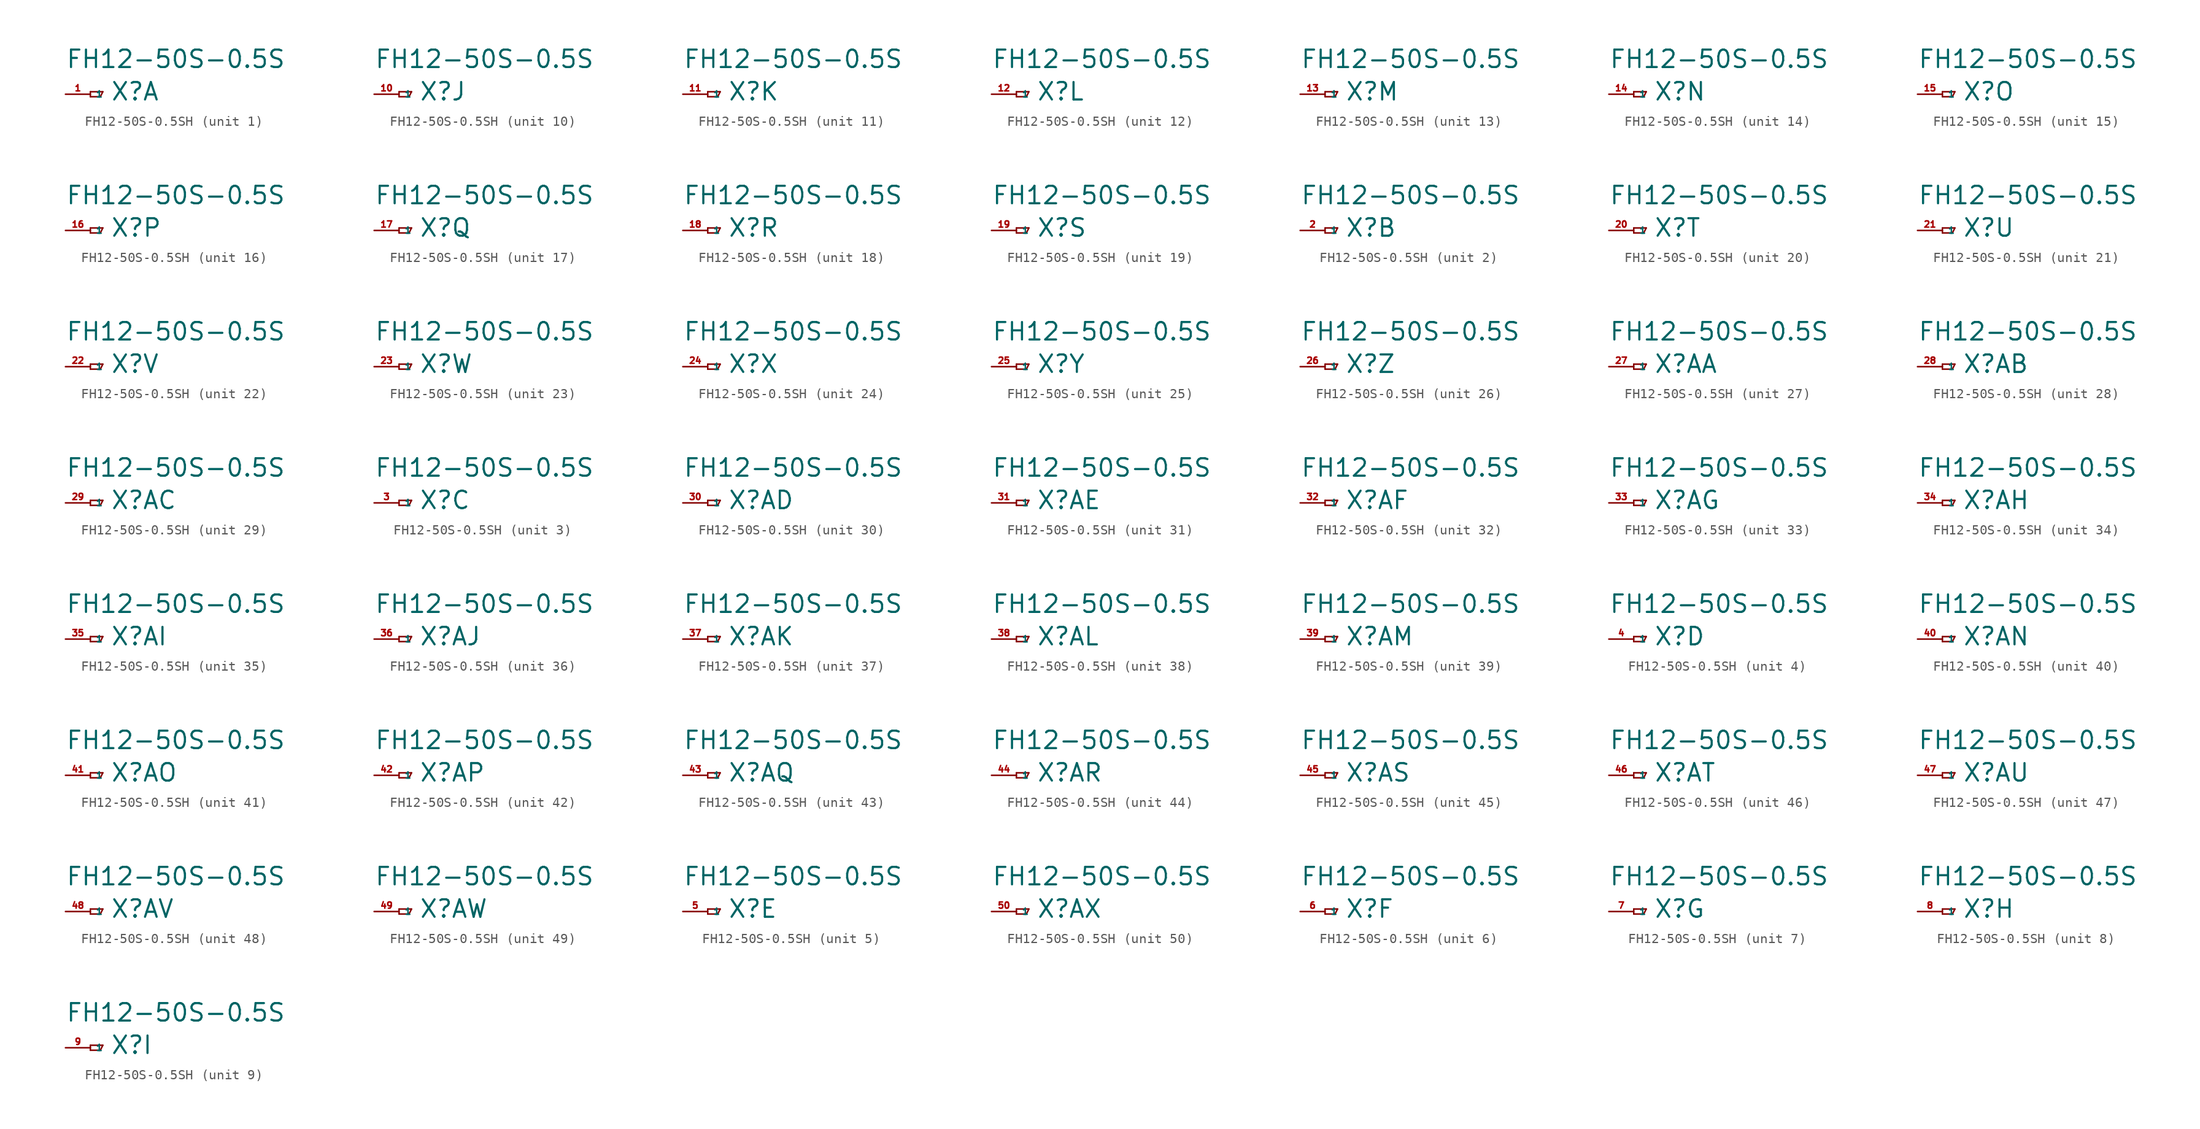
<source format=kicad_sym>
(kicad_symbol_lib
  (version 20220914)
  (generator Eagle2Kicad)
  (symbol "FH12-50S-0.5SH"
    (property "Reference" "X"
      (at 2.032 -0.762 0)
      (effects (font (size 1.778 1.778) (thickness 0.22)) (justify left bottom)))
    (property "Value" "FH12-50S-0.5S"
      (at -2.54 2.54 0)
      (effects (font (size 1.778 1.778) (thickness 0.22)) (justify left bottom)))
    (symbol "FH12-50S-0.5SH_1_0"
      (polyline (pts (xy 0 0.254) (xy 0 -0.254)) (stroke (width 0.152) (type default)) (fill (type none)))
      (polyline (pts (xy 0 -0.254) (xy 1.016 -0.254)) (stroke (width 0.152) (type default)) (fill (type none)))
      (polyline (pts (xy 1.016 -0.254) (xy 1.27 0.254)) (stroke (width 0.152) (type default)) (fill (type none)))
      (polyline (pts (xy 1.27 0.254) (xy 0 0.254)) (stroke (width 0.152) (type default)) (fill (type none)))
      (pin passive line (at -2.54 0 0) (length 2.54) (name "1" (effects (font (size 0.635 0.635) (thickness 0.08)) (justify left bottom))) (number "1" (effects (font (size 0.635 0.635) (thickness 0.08)) (justify left bottom)))))
    (symbol "FH12-50S-0.5SH_2_0"
      (polyline (pts (xy 0 0.254) (xy 0 -0.254)) (stroke (width 0.152) (type default)) (fill (type none)))
      (polyline (pts (xy 0 -0.254) (xy 1.016 -0.254)) (stroke (width 0.152) (type default)) (fill (type none)))
      (polyline (pts (xy 1.016 -0.254) (xy 1.27 0.254)) (stroke (width 0.152) (type default)) (fill (type none)))
      (polyline (pts (xy 1.27 0.254) (xy 0 0.254)) (stroke (width 0.152) (type default)) (fill (type none)))
      (pin passive line (at -2.54 0 0) (length 2.54) (name "1" (effects (font (size 0.635 0.635) (thickness 0.08)) (justify left bottom))) (number "2" (effects (font (size 0.635 0.635) (thickness 0.08)) (justify left bottom)))))
    (symbol "FH12-50S-0.5SH_3_0"
      (polyline (pts (xy 0 0.254) (xy 0 -0.254)) (stroke (width 0.152) (type default)) (fill (type none)))
      (polyline (pts (xy 0 -0.254) (xy 1.016 -0.254)) (stroke (width 0.152) (type default)) (fill (type none)))
      (polyline (pts (xy 1.016 -0.254) (xy 1.27 0.254)) (stroke (width 0.152) (type default)) (fill (type none)))
      (polyline (pts (xy 1.27 0.254) (xy 0 0.254)) (stroke (width 0.152) (type default)) (fill (type none)))
      (pin passive line (at -2.54 0 0) (length 2.54) (name "1" (effects (font (size 0.635 0.635) (thickness 0.08)) (justify left bottom))) (number "3" (effects (font (size 0.635 0.635) (thickness 0.08)) (justify left bottom)))))
    (symbol "FH12-50S-0.5SH_4_0"
      (polyline (pts (xy 0 0.254) (xy 0 -0.254)) (stroke (width 0.152) (type default)) (fill (type none)))
      (polyline (pts (xy 0 -0.254) (xy 1.016 -0.254)) (stroke (width 0.152) (type default)) (fill (type none)))
      (polyline (pts (xy 1.016 -0.254) (xy 1.27 0.254)) (stroke (width 0.152) (type default)) (fill (type none)))
      (polyline (pts (xy 1.27 0.254) (xy 0 0.254)) (stroke (width 0.152) (type default)) (fill (type none)))
      (pin passive line (at -2.54 0 0) (length 2.54) (name "1" (effects (font (size 0.635 0.635) (thickness 0.08)) (justify left bottom))) (number "4" (effects (font (size 0.635 0.635) (thickness 0.08)) (justify left bottom)))))
    (symbol "FH12-50S-0.5SH_5_0"
      (polyline (pts (xy 0 0.254) (xy 0 -0.254)) (stroke (width 0.152) (type default)) (fill (type none)))
      (polyline (pts (xy 0 -0.254) (xy 1.016 -0.254)) (stroke (width 0.152) (type default)) (fill (type none)))
      (polyline (pts (xy 1.016 -0.254) (xy 1.27 0.254)) (stroke (width 0.152) (type default)) (fill (type none)))
      (polyline (pts (xy 1.27 0.254) (xy 0 0.254)) (stroke (width 0.152) (type default)) (fill (type none)))
      (pin passive line (at -2.54 0 0) (length 2.54) (name "1" (effects (font (size 0.635 0.635) (thickness 0.08)) (justify left bottom))) (number "5" (effects (font (size 0.635 0.635) (thickness 0.08)) (justify left bottom)))))
    (symbol "FH12-50S-0.5SH_6_0"
      (polyline (pts (xy 0 0.254) (xy 0 -0.254)) (stroke (width 0.152) (type default)) (fill (type none)))
      (polyline (pts (xy 0 -0.254) (xy 1.016 -0.254)) (stroke (width 0.152) (type default)) (fill (type none)))
      (polyline (pts (xy 1.016 -0.254) (xy 1.27 0.254)) (stroke (width 0.152) (type default)) (fill (type none)))
      (polyline (pts (xy 1.27 0.254) (xy 0 0.254)) (stroke (width 0.152) (type default)) (fill (type none)))
      (pin passive line (at -2.54 0 0) (length 2.54) (name "1" (effects (font (size 0.635 0.635) (thickness 0.08)) (justify left bottom))) (number "6" (effects (font (size 0.635 0.635) (thickness 0.08)) (justify left bottom)))))
    (symbol "FH12-50S-0.5SH_7_0"
      (polyline (pts (xy 0 0.254) (xy 0 -0.254)) (stroke (width 0.152) (type default)) (fill (type none)))
      (polyline (pts (xy 0 -0.254) (xy 1.016 -0.254)) (stroke (width 0.152) (type default)) (fill (type none)))
      (polyline (pts (xy 1.016 -0.254) (xy 1.27 0.254)) (stroke (width 0.152) (type default)) (fill (type none)))
      (polyline (pts (xy 1.27 0.254) (xy 0 0.254)) (stroke (width 0.152) (type default)) (fill (type none)))
      (pin passive line (at -2.54 0 0) (length 2.54) (name "1" (effects (font (size 0.635 0.635) (thickness 0.08)) (justify left bottom))) (number "7" (effects (font (size 0.635 0.635) (thickness 0.08)) (justify left bottom)))))
    (symbol "FH12-50S-0.5SH_8_0"
      (polyline (pts (xy 0 0.254) (xy 0 -0.254)) (stroke (width 0.152) (type default)) (fill (type none)))
      (polyline (pts (xy 0 -0.254) (xy 1.016 -0.254)) (stroke (width 0.152) (type default)) (fill (type none)))
      (polyline (pts (xy 1.016 -0.254) (xy 1.27 0.254)) (stroke (width 0.152) (type default)) (fill (type none)))
      (polyline (pts (xy 1.27 0.254) (xy 0 0.254)) (stroke (width 0.152) (type default)) (fill (type none)))
      (pin passive line (at -2.54 0 0) (length 2.54) (name "1" (effects (font (size 0.635 0.635) (thickness 0.08)) (justify left bottom))) (number "8" (effects (font (size 0.635 0.635) (thickness 0.08)) (justify left bottom)))))
    (symbol "FH12-50S-0.5SH_9_0"
      (polyline (pts (xy 0 0.254) (xy 0 -0.254)) (stroke (width 0.152) (type default)) (fill (type none)))
      (polyline (pts (xy 0 -0.254) (xy 1.016 -0.254)) (stroke (width 0.152) (type default)) (fill (type none)))
      (polyline (pts (xy 1.016 -0.254) (xy 1.27 0.254)) (stroke (width 0.152) (type default)) (fill (type none)))
      (polyline (pts (xy 1.27 0.254) (xy 0 0.254)) (stroke (width 0.152) (type default)) (fill (type none)))
      (pin passive line (at -2.54 0 0) (length 2.54) (name "1" (effects (font (size 0.635 0.635) (thickness 0.08)) (justify left bottom))) (number "9" (effects (font (size 0.635 0.635) (thickness 0.08)) (justify left bottom)))))
    (symbol "FH12-50S-0.5SH_10_0"
      (polyline (pts (xy 0 0.254) (xy 0 -0.254)) (stroke (width 0.152) (type default)) (fill (type none)))
      (polyline (pts (xy 0 -0.254) (xy 1.016 -0.254)) (stroke (width 0.152) (type default)) (fill (type none)))
      (polyline (pts (xy 1.016 -0.254) (xy 1.27 0.254)) (stroke (width 0.152) (type default)) (fill (type none)))
      (polyline (pts (xy 1.27 0.254) (xy 0 0.254)) (stroke (width 0.152) (type default)) (fill (type none)))
      (pin passive line (at -2.54 0 0) (length 2.54) (name "1" (effects (font (size 0.635 0.635) (thickness 0.08)) (justify left bottom))) (number "10" (effects (font (size 0.635 0.635) (thickness 0.08)) (justify left bottom)))))
    (symbol "FH12-50S-0.5SH_11_0"
      (polyline (pts (xy 0 0.254) (xy 0 -0.254)) (stroke (width 0.152) (type default)) (fill (type none)))
      (polyline (pts (xy 0 -0.254) (xy 1.016 -0.254)) (stroke (width 0.152) (type default)) (fill (type none)))
      (polyline (pts (xy 1.016 -0.254) (xy 1.27 0.254)) (stroke (width 0.152) (type default)) (fill (type none)))
      (polyline (pts (xy 1.27 0.254) (xy 0 0.254)) (stroke (width 0.152) (type default)) (fill (type none)))
      (pin passive line (at -2.54 0 0) (length 2.54) (name "1" (effects (font (size 0.635 0.635) (thickness 0.08)) (justify left bottom))) (number "11" (effects (font (size 0.635 0.635) (thickness 0.08)) (justify left bottom)))))
    (symbol "FH12-50S-0.5SH_12_0"
      (polyline (pts (xy 0 0.254) (xy 0 -0.254)) (stroke (width 0.152) (type default)) (fill (type none)))
      (polyline (pts (xy 0 -0.254) (xy 1.016 -0.254)) (stroke (width 0.152) (type default)) (fill (type none)))
      (polyline (pts (xy 1.016 -0.254) (xy 1.27 0.254)) (stroke (width 0.152) (type default)) (fill (type none)))
      (polyline (pts (xy 1.27 0.254) (xy 0 0.254)) (stroke (width 0.152) (type default)) (fill (type none)))
      (pin passive line (at -2.54 0 0) (length 2.54) (name "1" (effects (font (size 0.635 0.635) (thickness 0.08)) (justify left bottom))) (number "12" (effects (font (size 0.635 0.635) (thickness 0.08)) (justify left bottom)))))
    (symbol "FH12-50S-0.5SH_13_0"
      (polyline (pts (xy 0 0.254) (xy 0 -0.254)) (stroke (width 0.152) (type default)) (fill (type none)))
      (polyline (pts (xy 0 -0.254) (xy 1.016 -0.254)) (stroke (width 0.152) (type default)) (fill (type none)))
      (polyline (pts (xy 1.016 -0.254) (xy 1.27 0.254)) (stroke (width 0.152) (type default)) (fill (type none)))
      (polyline (pts (xy 1.27 0.254) (xy 0 0.254)) (stroke (width 0.152) (type default)) (fill (type none)))
      (pin passive line (at -2.54 0 0) (length 2.54) (name "1" (effects (font (size 0.635 0.635) (thickness 0.08)) (justify left bottom))) (number "13" (effects (font (size 0.635 0.635) (thickness 0.08)) (justify left bottom)))))
    (symbol "FH12-50S-0.5SH_14_0"
      (polyline (pts (xy 0 0.254) (xy 0 -0.254)) (stroke (width 0.152) (type default)) (fill (type none)))
      (polyline (pts (xy 0 -0.254) (xy 1.016 -0.254)) (stroke (width 0.152) (type default)) (fill (type none)))
      (polyline (pts (xy 1.016 -0.254) (xy 1.27 0.254)) (stroke (width 0.152) (type default)) (fill (type none)))
      (polyline (pts (xy 1.27 0.254) (xy 0 0.254)) (stroke (width 0.152) (type default)) (fill (type none)))
      (pin passive line (at -2.54 0 0) (length 2.54) (name "1" (effects (font (size 0.635 0.635) (thickness 0.08)) (justify left bottom))) (number "14" (effects (font (size 0.635 0.635) (thickness 0.08)) (justify left bottom)))))
    (symbol "FH12-50S-0.5SH_15_0"
      (polyline (pts (xy 0 0.254) (xy 0 -0.254)) (stroke (width 0.152) (type default)) (fill (type none)))
      (polyline (pts (xy 0 -0.254) (xy 1.016 -0.254)) (stroke (width 0.152) (type default)) (fill (type none)))
      (polyline (pts (xy 1.016 -0.254) (xy 1.27 0.254)) (stroke (width 0.152) (type default)) (fill (type none)))
      (polyline (pts (xy 1.27 0.254) (xy 0 0.254)) (stroke (width 0.152) (type default)) (fill (type none)))
      (pin passive line (at -2.54 0 0) (length 2.54) (name "1" (effects (font (size 0.635 0.635) (thickness 0.08)) (justify left bottom))) (number "15" (effects (font (size 0.635 0.635) (thickness 0.08)) (justify left bottom)))))
    (symbol "FH12-50S-0.5SH_16_0"
      (polyline (pts (xy 0 0.254) (xy 0 -0.254)) (stroke (width 0.152) (type default)) (fill (type none)))
      (polyline (pts (xy 0 -0.254) (xy 1.016 -0.254)) (stroke (width 0.152) (type default)) (fill (type none)))
      (polyline (pts (xy 1.016 -0.254) (xy 1.27 0.254)) (stroke (width 0.152) (type default)) (fill (type none)))
      (polyline (pts (xy 1.27 0.254) (xy 0 0.254)) (stroke (width 0.152) (type default)) (fill (type none)))
      (pin passive line (at -2.54 0 0) (length 2.54) (name "1" (effects (font (size 0.635 0.635) (thickness 0.08)) (justify left bottom))) (number "16" (effects (font (size 0.635 0.635) (thickness 0.08)) (justify left bottom)))))
    (symbol "FH12-50S-0.5SH_17_0"
      (polyline (pts (xy 0 0.254) (xy 0 -0.254)) (stroke (width 0.152) (type default)) (fill (type none)))
      (polyline (pts (xy 0 -0.254) (xy 1.016 -0.254)) (stroke (width 0.152) (type default)) (fill (type none)))
      (polyline (pts (xy 1.016 -0.254) (xy 1.27 0.254)) (stroke (width 0.152) (type default)) (fill (type none)))
      (polyline (pts (xy 1.27 0.254) (xy 0 0.254)) (stroke (width 0.152) (type default)) (fill (type none)))
      (pin passive line (at -2.54 0 0) (length 2.54) (name "1" (effects (font (size 0.635 0.635) (thickness 0.08)) (justify left bottom))) (number "17" (effects (font (size 0.635 0.635) (thickness 0.08)) (justify left bottom)))))
    (symbol "FH12-50S-0.5SH_18_0"
      (polyline (pts (xy 0 0.254) (xy 0 -0.254)) (stroke (width 0.152) (type default)) (fill (type none)))
      (polyline (pts (xy 0 -0.254) (xy 1.016 -0.254)) (stroke (width 0.152) (type default)) (fill (type none)))
      (polyline (pts (xy 1.016 -0.254) (xy 1.27 0.254)) (stroke (width 0.152) (type default)) (fill (type none)))
      (polyline (pts (xy 1.27 0.254) (xy 0 0.254)) (stroke (width 0.152) (type default)) (fill (type none)))
      (pin passive line (at -2.54 0 0) (length 2.54) (name "1" (effects (font (size 0.635 0.635) (thickness 0.08)) (justify left bottom))) (number "18" (effects (font (size 0.635 0.635) (thickness 0.08)) (justify left bottom)))))
    (symbol "FH12-50S-0.5SH_19_0"
      (polyline (pts (xy 0 0.254) (xy 0 -0.254)) (stroke (width 0.152) (type default)) (fill (type none)))
      (polyline (pts (xy 0 -0.254) (xy 1.016 -0.254)) (stroke (width 0.152) (type default)) (fill (type none)))
      (polyline (pts (xy 1.016 -0.254) (xy 1.27 0.254)) (stroke (width 0.152) (type default)) (fill (type none)))
      (polyline (pts (xy 1.27 0.254) (xy 0 0.254)) (stroke (width 0.152) (type default)) (fill (type none)))
      (pin passive line (at -2.54 0 0) (length 2.54) (name "1" (effects (font (size 0.635 0.635) (thickness 0.08)) (justify left bottom))) (number "19" (effects (font (size 0.635 0.635) (thickness 0.08)) (justify left bottom)))))
    (symbol "FH12-50S-0.5SH_20_0"
      (polyline (pts (xy 0 0.254) (xy 0 -0.254)) (stroke (width 0.152) (type default)) (fill (type none)))
      (polyline (pts (xy 0 -0.254) (xy 1.016 -0.254)) (stroke (width 0.152) (type default)) (fill (type none)))
      (polyline (pts (xy 1.016 -0.254) (xy 1.27 0.254)) (stroke (width 0.152) (type default)) (fill (type none)))
      (polyline (pts (xy 1.27 0.254) (xy 0 0.254)) (stroke (width 0.152) (type default)) (fill (type none)))
      (pin passive line (at -2.54 0 0) (length 2.54) (name "1" (effects (font (size 0.635 0.635) (thickness 0.08)) (justify left bottom))) (number "20" (effects (font (size 0.635 0.635) (thickness 0.08)) (justify left bottom)))))
    (symbol "FH12-50S-0.5SH_21_0"
      (polyline (pts (xy 0 0.254) (xy 0 -0.254)) (stroke (width 0.152) (type default)) (fill (type none)))
      (polyline (pts (xy 0 -0.254) (xy 1.016 -0.254)) (stroke (width 0.152) (type default)) (fill (type none)))
      (polyline (pts (xy 1.016 -0.254) (xy 1.27 0.254)) (stroke (width 0.152) (type default)) (fill (type none)))
      (polyline (pts (xy 1.27 0.254) (xy 0 0.254)) (stroke (width 0.152) (type default)) (fill (type none)))
      (pin passive line (at -2.54 0 0) (length 2.54) (name "1" (effects (font (size 0.635 0.635) (thickness 0.08)) (justify left bottom))) (number "21" (effects (font (size 0.635 0.635) (thickness 0.08)) (justify left bottom)))))
    (symbol "FH12-50S-0.5SH_22_0"
      (polyline (pts (xy 0 0.254) (xy 0 -0.254)) (stroke (width 0.152) (type default)) (fill (type none)))
      (polyline (pts (xy 0 -0.254) (xy 1.016 -0.254)) (stroke (width 0.152) (type default)) (fill (type none)))
      (polyline (pts (xy 1.016 -0.254) (xy 1.27 0.254)) (stroke (width 0.152) (type default)) (fill (type none)))
      (polyline (pts (xy 1.27 0.254) (xy 0 0.254)) (stroke (width 0.152) (type default)) (fill (type none)))
      (pin passive line (at -2.54 0 0) (length 2.54) (name "1" (effects (font (size 0.635 0.635) (thickness 0.08)) (justify left bottom))) (number "22" (effects (font (size 0.635 0.635) (thickness 0.08)) (justify left bottom)))))
    (symbol "FH12-50S-0.5SH_23_0"
      (polyline (pts (xy 0 0.254) (xy 0 -0.254)) (stroke (width 0.152) (type default)) (fill (type none)))
      (polyline (pts (xy 0 -0.254) (xy 1.016 -0.254)) (stroke (width 0.152) (type default)) (fill (type none)))
      (polyline (pts (xy 1.016 -0.254) (xy 1.27 0.254)) (stroke (width 0.152) (type default)) (fill (type none)))
      (polyline (pts (xy 1.27 0.254) (xy 0 0.254)) (stroke (width 0.152) (type default)) (fill (type none)))
      (pin passive line (at -2.54 0 0) (length 2.54) (name "1" (effects (font (size 0.635 0.635) (thickness 0.08)) (justify left bottom))) (number "23" (effects (font (size 0.635 0.635) (thickness 0.08)) (justify left bottom)))))
    (symbol "FH12-50S-0.5SH_24_0"
      (polyline (pts (xy 0 0.254) (xy 0 -0.254)) (stroke (width 0.152) (type default)) (fill (type none)))
      (polyline (pts (xy 0 -0.254) (xy 1.016 -0.254)) (stroke (width 0.152) (type default)) (fill (type none)))
      (polyline (pts (xy 1.016 -0.254) (xy 1.27 0.254)) (stroke (width 0.152) (type default)) (fill (type none)))
      (polyline (pts (xy 1.27 0.254) (xy 0 0.254)) (stroke (width 0.152) (type default)) (fill (type none)))
      (pin passive line (at -2.54 0 0) (length 2.54) (name "1" (effects (font (size 0.635 0.635) (thickness 0.08)) (justify left bottom))) (number "24" (effects (font (size 0.635 0.635) (thickness 0.08)) (justify left bottom)))))
    (symbol "FH12-50S-0.5SH_25_0"
      (polyline (pts (xy 0 0.254) (xy 0 -0.254)) (stroke (width 0.152) (type default)) (fill (type none)))
      (polyline (pts (xy 0 -0.254) (xy 1.016 -0.254)) (stroke (width 0.152) (type default)) (fill (type none)))
      (polyline (pts (xy 1.016 -0.254) (xy 1.27 0.254)) (stroke (width 0.152) (type default)) (fill (type none)))
      (polyline (pts (xy 1.27 0.254) (xy 0 0.254)) (stroke (width 0.152) (type default)) (fill (type none)))
      (pin passive line (at -2.54 0 0) (length 2.54) (name "1" (effects (font (size 0.635 0.635) (thickness 0.08)) (justify left bottom))) (number "25" (effects (font (size 0.635 0.635) (thickness 0.08)) (justify left bottom)))))
    (symbol "FH12-50S-0.5SH_26_0"
      (polyline (pts (xy 0 0.254) (xy 0 -0.254)) (stroke (width 0.152) (type default)) (fill (type none)))
      (polyline (pts (xy 0 -0.254) (xy 1.016 -0.254)) (stroke (width 0.152) (type default)) (fill (type none)))
      (polyline (pts (xy 1.016 -0.254) (xy 1.27 0.254)) (stroke (width 0.152) (type default)) (fill (type none)))
      (polyline (pts (xy 1.27 0.254) (xy 0 0.254)) (stroke (width 0.152) (type default)) (fill (type none)))
      (pin passive line (at -2.54 0 0) (length 2.54) (name "1" (effects (font (size 0.635 0.635) (thickness 0.08)) (justify left bottom))) (number "26" (effects (font (size 0.635 0.635) (thickness 0.08)) (justify left bottom)))))
    (symbol "FH12-50S-0.5SH_27_0"
      (polyline (pts (xy 0 0.254) (xy 0 -0.254)) (stroke (width 0.152) (type default)) (fill (type none)))
      (polyline (pts (xy 0 -0.254) (xy 1.016 -0.254)) (stroke (width 0.152) (type default)) (fill (type none)))
      (polyline (pts (xy 1.016 -0.254) (xy 1.27 0.254)) (stroke (width 0.152) (type default)) (fill (type none)))
      (polyline (pts (xy 1.27 0.254) (xy 0 0.254)) (stroke (width 0.152) (type default)) (fill (type none)))
      (pin passive line (at -2.54 0 0) (length 2.54) (name "1" (effects (font (size 0.635 0.635) (thickness 0.08)) (justify left bottom))) (number "27" (effects (font (size 0.635 0.635) (thickness 0.08)) (justify left bottom)))))
    (symbol "FH12-50S-0.5SH_28_0"
      (polyline (pts (xy 0 0.254) (xy 0 -0.254)) (stroke (width 0.152) (type default)) (fill (type none)))
      (polyline (pts (xy 0 -0.254) (xy 1.016 -0.254)) (stroke (width 0.152) (type default)) (fill (type none)))
      (polyline (pts (xy 1.016 -0.254) (xy 1.27 0.254)) (stroke (width 0.152) (type default)) (fill (type none)))
      (polyline (pts (xy 1.27 0.254) (xy 0 0.254)) (stroke (width 0.152) (type default)) (fill (type none)))
      (pin passive line (at -2.54 0 0) (length 2.54) (name "1" (effects (font (size 0.635 0.635) (thickness 0.08)) (justify left bottom))) (number "28" (effects (font (size 0.635 0.635) (thickness 0.08)) (justify left bottom)))))
    (symbol "FH12-50S-0.5SH_29_0"
      (polyline (pts (xy 0 0.254) (xy 0 -0.254)) (stroke (width 0.152) (type default)) (fill (type none)))
      (polyline (pts (xy 0 -0.254) (xy 1.016 -0.254)) (stroke (width 0.152) (type default)) (fill (type none)))
      (polyline (pts (xy 1.016 -0.254) (xy 1.27 0.254)) (stroke (width 0.152) (type default)) (fill (type none)))
      (polyline (pts (xy 1.27 0.254) (xy 0 0.254)) (stroke (width 0.152) (type default)) (fill (type none)))
      (pin passive line (at -2.54 0 0) (length 2.54) (name "1" (effects (font (size 0.635 0.635) (thickness 0.08)) (justify left bottom))) (number "29" (effects (font (size 0.635 0.635) (thickness 0.08)) (justify left bottom)))))
    (symbol "FH12-50S-0.5SH_30_0"
      (polyline (pts (xy 0 0.254) (xy 0 -0.254)) (stroke (width 0.152) (type default)) (fill (type none)))
      (polyline (pts (xy 0 -0.254) (xy 1.016 -0.254)) (stroke (width 0.152) (type default)) (fill (type none)))
      (polyline (pts (xy 1.016 -0.254) (xy 1.27 0.254)) (stroke (width 0.152) (type default)) (fill (type none)))
      (polyline (pts (xy 1.27 0.254) (xy 0 0.254)) (stroke (width 0.152) (type default)) (fill (type none)))
      (pin passive line (at -2.54 0 0) (length 2.54) (name "1" (effects (font (size 0.635 0.635) (thickness 0.08)) (justify left bottom))) (number "30" (effects (font (size 0.635 0.635) (thickness 0.08)) (justify left bottom)))))
    (symbol "FH12-50S-0.5SH_31_0"
      (polyline (pts (xy 0 0.254) (xy 0 -0.254)) (stroke (width 0.152) (type default)) (fill (type none)))
      (polyline (pts (xy 0 -0.254) (xy 1.016 -0.254)) (stroke (width 0.152) (type default)) (fill (type none)))
      (polyline (pts (xy 1.016 -0.254) (xy 1.27 0.254)) (stroke (width 0.152) (type default)) (fill (type none)))
      (polyline (pts (xy 1.27 0.254) (xy 0 0.254)) (stroke (width 0.152) (type default)) (fill (type none)))
      (pin passive line (at -2.54 0 0) (length 2.54) (name "1" (effects (font (size 0.635 0.635) (thickness 0.08)) (justify left bottom))) (number "31" (effects (font (size 0.635 0.635) (thickness 0.08)) (justify left bottom)))))
    (symbol "FH12-50S-0.5SH_32_0"
      (polyline (pts (xy 0 0.254) (xy 0 -0.254)) (stroke (width 0.152) (type default)) (fill (type none)))
      (polyline (pts (xy 0 -0.254) (xy 1.016 -0.254)) (stroke (width 0.152) (type default)) (fill (type none)))
      (polyline (pts (xy 1.016 -0.254) (xy 1.27 0.254)) (stroke (width 0.152) (type default)) (fill (type none)))
      (polyline (pts (xy 1.27 0.254) (xy 0 0.254)) (stroke (width 0.152) (type default)) (fill (type none)))
      (pin passive line (at -2.54 0 0) (length 2.54) (name "1" (effects (font (size 0.635 0.635) (thickness 0.08)) (justify left bottom))) (number "32" (effects (font (size 0.635 0.635) (thickness 0.08)) (justify left bottom)))))
    (symbol "FH12-50S-0.5SH_33_0"
      (polyline (pts (xy 0 0.254) (xy 0 -0.254)) (stroke (width 0.152) (type default)) (fill (type none)))
      (polyline (pts (xy 0 -0.254) (xy 1.016 -0.254)) (stroke (width 0.152) (type default)) (fill (type none)))
      (polyline (pts (xy 1.016 -0.254) (xy 1.27 0.254)) (stroke (width 0.152) (type default)) (fill (type none)))
      (polyline (pts (xy 1.27 0.254) (xy 0 0.254)) (stroke (width 0.152) (type default)) (fill (type none)))
      (pin passive line (at -2.54 0 0) (length 2.54) (name "1" (effects (font (size 0.635 0.635) (thickness 0.08)) (justify left bottom))) (number "33" (effects (font (size 0.635 0.635) (thickness 0.08)) (justify left bottom)))))
    (symbol "FH12-50S-0.5SH_34_0"
      (polyline (pts (xy 0 0.254) (xy 0 -0.254)) (stroke (width 0.152) (type default)) (fill (type none)))
      (polyline (pts (xy 0 -0.254) (xy 1.016 -0.254)) (stroke (width 0.152) (type default)) (fill (type none)))
      (polyline (pts (xy 1.016 -0.254) (xy 1.27 0.254)) (stroke (width 0.152) (type default)) (fill (type none)))
      (polyline (pts (xy 1.27 0.254) (xy 0 0.254)) (stroke (width 0.152) (type default)) (fill (type none)))
      (pin passive line (at -2.54 0 0) (length 2.54) (name "1" (effects (font (size 0.635 0.635) (thickness 0.08)) (justify left bottom))) (number "34" (effects (font (size 0.635 0.635) (thickness 0.08)) (justify left bottom)))))
    (symbol "FH12-50S-0.5SH_35_0"
      (polyline (pts (xy 0 0.254) (xy 0 -0.254)) (stroke (width 0.152) (type default)) (fill (type none)))
      (polyline (pts (xy 0 -0.254) (xy 1.016 -0.254)) (stroke (width 0.152) (type default)) (fill (type none)))
      (polyline (pts (xy 1.016 -0.254) (xy 1.27 0.254)) (stroke (width 0.152) (type default)) (fill (type none)))
      (polyline (pts (xy 1.27 0.254) (xy 0 0.254)) (stroke (width 0.152) (type default)) (fill (type none)))
      (pin passive line (at -2.54 0 0) (length 2.54) (name "1" (effects (font (size 0.635 0.635) (thickness 0.08)) (justify left bottom))) (number "35" (effects (font (size 0.635 0.635) (thickness 0.08)) (justify left bottom)))))
    (symbol "FH12-50S-0.5SH_36_0"
      (polyline (pts (xy 0 0.254) (xy 0 -0.254)) (stroke (width 0.152) (type default)) (fill (type none)))
      (polyline (pts (xy 0 -0.254) (xy 1.016 -0.254)) (stroke (width 0.152) (type default)) (fill (type none)))
      (polyline (pts (xy 1.016 -0.254) (xy 1.27 0.254)) (stroke (width 0.152) (type default)) (fill (type none)))
      (polyline (pts (xy 1.27 0.254) (xy 0 0.254)) (stroke (width 0.152) (type default)) (fill (type none)))
      (pin passive line (at -2.54 0 0) (length 2.54) (name "1" (effects (font (size 0.635 0.635) (thickness 0.08)) (justify left bottom))) (number "36" (effects (font (size 0.635 0.635) (thickness 0.08)) (justify left bottom)))))
    (symbol "FH12-50S-0.5SH_37_0"
      (polyline (pts (xy 0 0.254) (xy 0 -0.254)) (stroke (width 0.152) (type default)) (fill (type none)))
      (polyline (pts (xy 0 -0.254) (xy 1.016 -0.254)) (stroke (width 0.152) (type default)) (fill (type none)))
      (polyline (pts (xy 1.016 -0.254) (xy 1.27 0.254)) (stroke (width 0.152) (type default)) (fill (type none)))
      (polyline (pts (xy 1.27 0.254) (xy 0 0.254)) (stroke (width 0.152) (type default)) (fill (type none)))
      (pin passive line (at -2.54 0 0) (length 2.54) (name "1" (effects (font (size 0.635 0.635) (thickness 0.08)) (justify left bottom))) (number "37" (effects (font (size 0.635 0.635) (thickness 0.08)) (justify left bottom)))))
    (symbol "FH12-50S-0.5SH_38_0"
      (polyline (pts (xy 0 0.254) (xy 0 -0.254)) (stroke (width 0.152) (type default)) (fill (type none)))
      (polyline (pts (xy 0 -0.254) (xy 1.016 -0.254)) (stroke (width 0.152) (type default)) (fill (type none)))
      (polyline (pts (xy 1.016 -0.254) (xy 1.27 0.254)) (stroke (width 0.152) (type default)) (fill (type none)))
      (polyline (pts (xy 1.27 0.254) (xy 0 0.254)) (stroke (width 0.152) (type default)) (fill (type none)))
      (pin passive line (at -2.54 0 0) (length 2.54) (name "1" (effects (font (size 0.635 0.635) (thickness 0.08)) (justify left bottom))) (number "38" (effects (font (size 0.635 0.635) (thickness 0.08)) (justify left bottom)))))
    (symbol "FH12-50S-0.5SH_39_0"
      (polyline (pts (xy 0 0.254) (xy 0 -0.254)) (stroke (width 0.152) (type default)) (fill (type none)))
      (polyline (pts (xy 0 -0.254) (xy 1.016 -0.254)) (stroke (width 0.152) (type default)) (fill (type none)))
      (polyline (pts (xy 1.016 -0.254) (xy 1.27 0.254)) (stroke (width 0.152) (type default)) (fill (type none)))
      (polyline (pts (xy 1.27 0.254) (xy 0 0.254)) (stroke (width 0.152) (type default)) (fill (type none)))
      (pin passive line (at -2.54 0 0) (length 2.54) (name "1" (effects (font (size 0.635 0.635) (thickness 0.08)) (justify left bottom))) (number "39" (effects (font (size 0.635 0.635) (thickness 0.08)) (justify left bottom)))))
    (symbol "FH12-50S-0.5SH_40_0"
      (polyline (pts (xy 0 0.254) (xy 0 -0.254)) (stroke (width 0.152) (type default)) (fill (type none)))
      (polyline (pts (xy 0 -0.254) (xy 1.016 -0.254)) (stroke (width 0.152) (type default)) (fill (type none)))
      (polyline (pts (xy 1.016 -0.254) (xy 1.27 0.254)) (stroke (width 0.152) (type default)) (fill (type none)))
      (polyline (pts (xy 1.27 0.254) (xy 0 0.254)) (stroke (width 0.152) (type default)) (fill (type none)))
      (pin passive line (at -2.54 0 0) (length 2.54) (name "1" (effects (font (size 0.635 0.635) (thickness 0.08)) (justify left bottom))) (number "40" (effects (font (size 0.635 0.635) (thickness 0.08)) (justify left bottom)))))
    (symbol "FH12-50S-0.5SH_41_0"
      (polyline (pts (xy 0 0.254) (xy 0 -0.254)) (stroke (width 0.152) (type default)) (fill (type none)))
      (polyline (pts (xy 0 -0.254) (xy 1.016 -0.254)) (stroke (width 0.152) (type default)) (fill (type none)))
      (polyline (pts (xy 1.016 -0.254) (xy 1.27 0.254)) (stroke (width 0.152) (type default)) (fill (type none)))
      (polyline (pts (xy 1.27 0.254) (xy 0 0.254)) (stroke (width 0.152) (type default)) (fill (type none)))
      (pin passive line (at -2.54 0 0) (length 2.54) (name "1" (effects (font (size 0.635 0.635) (thickness 0.08)) (justify left bottom))) (number "41" (effects (font (size 0.635 0.635) (thickness 0.08)) (justify left bottom)))))
    (symbol "FH12-50S-0.5SH_42_0"
      (polyline (pts (xy 0 0.254) (xy 0 -0.254)) (stroke (width 0.152) (type default)) (fill (type none)))
      (polyline (pts (xy 0 -0.254) (xy 1.016 -0.254)) (stroke (width 0.152) (type default)) (fill (type none)))
      (polyline (pts (xy 1.016 -0.254) (xy 1.27 0.254)) (stroke (width 0.152) (type default)) (fill (type none)))
      (polyline (pts (xy 1.27 0.254) (xy 0 0.254)) (stroke (width 0.152) (type default)) (fill (type none)))
      (pin passive line (at -2.54 0 0) (length 2.54) (name "1" (effects (font (size 0.635 0.635) (thickness 0.08)) (justify left bottom))) (number "42" (effects (font (size 0.635 0.635) (thickness 0.08)) (justify left bottom)))))
    (symbol "FH12-50S-0.5SH_43_0"
      (polyline (pts (xy 0 0.254) (xy 0 -0.254)) (stroke (width 0.152) (type default)) (fill (type none)))
      (polyline (pts (xy 0 -0.254) (xy 1.016 -0.254)) (stroke (width 0.152) (type default)) (fill (type none)))
      (polyline (pts (xy 1.016 -0.254) (xy 1.27 0.254)) (stroke (width 0.152) (type default)) (fill (type none)))
      (polyline (pts (xy 1.27 0.254) (xy 0 0.254)) (stroke (width 0.152) (type default)) (fill (type none)))
      (pin passive line (at -2.54 0 0) (length 2.54) (name "1" (effects (font (size 0.635 0.635) (thickness 0.08)) (justify left bottom))) (number "43" (effects (font (size 0.635 0.635) (thickness 0.08)) (justify left bottom)))))
    (symbol "FH12-50S-0.5SH_44_0"
      (polyline (pts (xy 0 0.254) (xy 0 -0.254)) (stroke (width 0.152) (type default)) (fill (type none)))
      (polyline (pts (xy 0 -0.254) (xy 1.016 -0.254)) (stroke (width 0.152) (type default)) (fill (type none)))
      (polyline (pts (xy 1.016 -0.254) (xy 1.27 0.254)) (stroke (width 0.152) (type default)) (fill (type none)))
      (polyline (pts (xy 1.27 0.254) (xy 0 0.254)) (stroke (width 0.152) (type default)) (fill (type none)))
      (pin passive line (at -2.54 0 0) (length 2.54) (name "1" (effects (font (size 0.635 0.635) (thickness 0.08)) (justify left bottom))) (number "44" (effects (font (size 0.635 0.635) (thickness 0.08)) (justify left bottom)))))
    (symbol "FH12-50S-0.5SH_45_0"
      (polyline (pts (xy 0 0.254) (xy 0 -0.254)) (stroke (width 0.152) (type default)) (fill (type none)))
      (polyline (pts (xy 0 -0.254) (xy 1.016 -0.254)) (stroke (width 0.152) (type default)) (fill (type none)))
      (polyline (pts (xy 1.016 -0.254) (xy 1.27 0.254)) (stroke (width 0.152) (type default)) (fill (type none)))
      (polyline (pts (xy 1.27 0.254) (xy 0 0.254)) (stroke (width 0.152) (type default)) (fill (type none)))
      (pin passive line (at -2.54 0 0) (length 2.54) (name "1" (effects (font (size 0.635 0.635) (thickness 0.08)) (justify left bottom))) (number "45" (effects (font (size 0.635 0.635) (thickness 0.08)) (justify left bottom)))))
    (symbol "FH12-50S-0.5SH_46_0"
      (polyline (pts (xy 0 0.254) (xy 0 -0.254)) (stroke (width 0.152) (type default)) (fill (type none)))
      (polyline (pts (xy 0 -0.254) (xy 1.016 -0.254)) (stroke (width 0.152) (type default)) (fill (type none)))
      (polyline (pts (xy 1.016 -0.254) (xy 1.27 0.254)) (stroke (width 0.152) (type default)) (fill (type none)))
      (polyline (pts (xy 1.27 0.254) (xy 0 0.254)) (stroke (width 0.152) (type default)) (fill (type none)))
      (pin passive line (at -2.54 0 0) (length 2.54) (name "1" (effects (font (size 0.635 0.635) (thickness 0.08)) (justify left bottom))) (number "46" (effects (font (size 0.635 0.635) (thickness 0.08)) (justify left bottom)))))
    (symbol "FH12-50S-0.5SH_47_0"
      (polyline (pts (xy 0 0.254) (xy 0 -0.254)) (stroke (width 0.152) (type default)) (fill (type none)))
      (polyline (pts (xy 0 -0.254) (xy 1.016 -0.254)) (stroke (width 0.152) (type default)) (fill (type none)))
      (polyline (pts (xy 1.016 -0.254) (xy 1.27 0.254)) (stroke (width 0.152) (type default)) (fill (type none)))
      (polyline (pts (xy 1.27 0.254) (xy 0 0.254)) (stroke (width 0.152) (type default)) (fill (type none)))
      (pin passive line (at -2.54 0 0) (length 2.54) (name "1" (effects (font (size 0.635 0.635) (thickness 0.08)) (justify left bottom))) (number "47" (effects (font (size 0.635 0.635) (thickness 0.08)) (justify left bottom)))))
    (symbol "FH12-50S-0.5SH_48_0"
      (polyline (pts (xy 0 0.254) (xy 0 -0.254)) (stroke (width 0.152) (type default)) (fill (type none)))
      (polyline (pts (xy 0 -0.254) (xy 1.016 -0.254)) (stroke (width 0.152) (type default)) (fill (type none)))
      (polyline (pts (xy 1.016 -0.254) (xy 1.27 0.254)) (stroke (width 0.152) (type default)) (fill (type none)))
      (polyline (pts (xy 1.27 0.254) (xy 0 0.254)) (stroke (width 0.152) (type default)) (fill (type none)))
      (pin passive line (at -2.54 0 0) (length 2.54) (name "1" (effects (font (size 0.635 0.635) (thickness 0.08)) (justify left bottom))) (number "48" (effects (font (size 0.635 0.635) (thickness 0.08)) (justify left bottom)))))
    (symbol "FH12-50S-0.5SH_49_0"
      (polyline (pts (xy 0 0.254) (xy 0 -0.254)) (stroke (width 0.152) (type default)) (fill (type none)))
      (polyline (pts (xy 0 -0.254) (xy 1.016 -0.254)) (stroke (width 0.152) (type default)) (fill (type none)))
      (polyline (pts (xy 1.016 -0.254) (xy 1.27 0.254)) (stroke (width 0.152) (type default)) (fill (type none)))
      (polyline (pts (xy 1.27 0.254) (xy 0 0.254)) (stroke (width 0.152) (type default)) (fill (type none)))
      (pin passive line (at -2.54 0 0) (length 2.54) (name "1" (effects (font (size 0.635 0.635) (thickness 0.08)) (justify left bottom))) (number "49" (effects (font (size 0.635 0.635) (thickness 0.08)) (justify left bottom)))))
    (symbol "FH12-50S-0.5SH_50_0"
      (polyline (pts (xy 0 0.254) (xy 0 -0.254)) (stroke (width 0.152) (type default)) (fill (type none)))
      (polyline (pts (xy 0 -0.254) (xy 1.016 -0.254)) (stroke (width 0.152) (type default)) (fill (type none)))
      (polyline (pts (xy 1.016 -0.254) (xy 1.27 0.254)) (stroke (width 0.152) (type default)) (fill (type none)))
      (polyline (pts (xy 1.27 0.254) (xy 0 0.254)) (stroke (width 0.152) (type default)) (fill (type none)))
      (pin passive line (at -2.54 0 0) (length 2.54) (name "1" (effects (font (size 0.635 0.635) (thickness 0.08)) (justify left bottom))) (number "50" (effects (font (size 0.635 0.635) (thickness 0.08)) (justify left bottom)))))))
</source>
